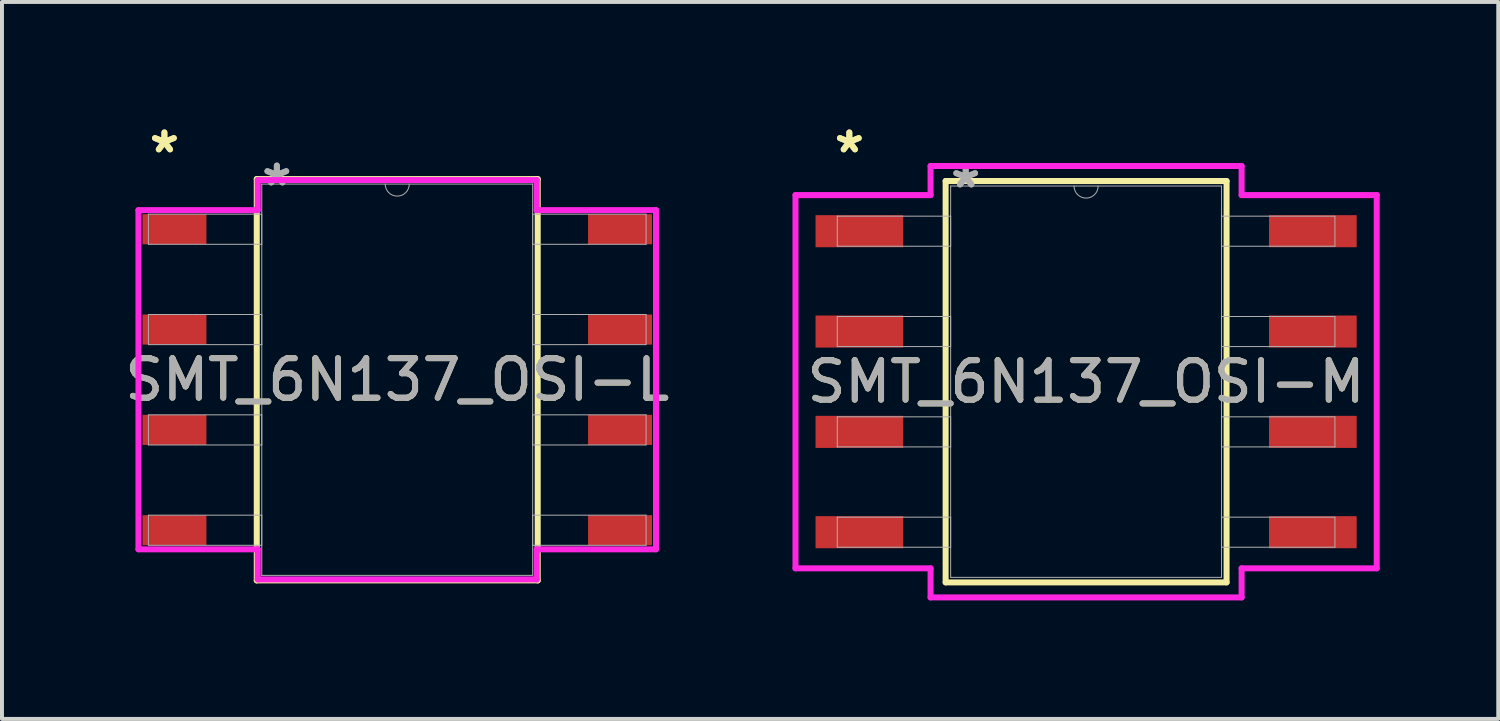
<source format=kicad_pcb>
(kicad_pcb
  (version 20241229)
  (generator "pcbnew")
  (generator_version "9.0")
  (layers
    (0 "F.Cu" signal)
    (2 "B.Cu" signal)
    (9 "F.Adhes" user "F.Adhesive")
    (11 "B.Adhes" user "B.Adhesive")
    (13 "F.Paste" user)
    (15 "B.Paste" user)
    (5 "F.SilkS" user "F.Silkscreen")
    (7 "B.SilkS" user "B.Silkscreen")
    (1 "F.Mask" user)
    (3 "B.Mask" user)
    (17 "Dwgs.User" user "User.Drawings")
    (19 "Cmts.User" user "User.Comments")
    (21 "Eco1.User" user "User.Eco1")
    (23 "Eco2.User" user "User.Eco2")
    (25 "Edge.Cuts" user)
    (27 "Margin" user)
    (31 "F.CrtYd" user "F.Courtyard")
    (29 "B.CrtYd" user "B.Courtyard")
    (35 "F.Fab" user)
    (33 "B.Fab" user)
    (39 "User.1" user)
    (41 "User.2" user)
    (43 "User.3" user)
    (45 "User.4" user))
  (footprint "SMT_6N137_OSI-M"
    (layer "F.Cu")
    (at 24.445 6.613)
    (property "Reference" "SMT_6N137_OSI-M" (at 0 0 0) (unlocked yes) (layer "F.SilkS") (effects (font (size 1 1) (thickness 0.15))))
    (attr smd)
    (fp_line (start -3.556 -5.08) (end -3.556 5.08) (stroke (width 0.152) (type solid)) (layer "F.SilkS"))
    (fp_line (start -3.556 5.08) (end 3.556 5.08) (stroke (width 0.152) (type solid)) (layer "F.SilkS"))
    (fp_line (start 3.556 -5.08) (end -3.556 -5.08) (stroke (width 0.152) (type solid)) (layer "F.SilkS"))
    (fp_line (start 3.556 5.08) (end 3.556 -5.08) (stroke (width 0.152) (type solid)) (layer "F.SilkS"))
    (fp_line (start -7.357 -4.724) (end -3.937 -4.724) (stroke (width 0.152) (type solid)) (layer "F.CrtYd"))
    (fp_line (start -7.357 4.724) (end -7.357 -4.724) (stroke (width 0.152) (type solid)) (layer "F.CrtYd"))
    (fp_line (start -7.357 4.724) (end -3.937 4.724) (stroke (width 0.152) (type solid)) (layer "F.CrtYd"))
    (fp_line (start -3.937 -5.461) (end 3.937 -5.461) (stroke (width 0.152) (type solid)) (layer "F.CrtYd"))
    (fp_line (start -3.937 -4.724) (end -3.937 -5.461) (stroke (width 0.152) (type solid)) (layer "F.CrtYd"))
    (fp_line (start -3.937 5.461) (end -3.937 4.724) (stroke (width 0.152) (type solid)) (layer "F.CrtYd"))
    (fp_line (start 3.937 -5.461) (end 3.937 -4.724) (stroke (width 0.152) (type solid)) (layer "F.CrtYd"))
    (fp_line (start 3.937 4.724) (end 3.937 5.461) (stroke (width 0.152) (type solid)) (layer "F.CrtYd"))
    (fp_line (start 3.937 5.461) (end -3.937 5.461) (stroke (width 0.152) (type solid)) (layer "F.CrtYd"))
    (fp_line (start 7.357 -4.724) (end 3.937 -4.724) (stroke (width 0.152) (type solid)) (layer "F.CrtYd"))
    (fp_line (start 7.357 -4.724) (end 7.357 4.724) (stroke (width 0.152) (type solid)) (layer "F.CrtYd"))
    (fp_line (start 7.357 4.724) (end 3.937 4.724) (stroke (width 0.152) (type solid)) (layer "F.CrtYd"))
    (fp_line (start -6.299 -4.191) (end -6.299 -3.429) (stroke (width 0.025) (type solid)) (layer "F.Fab"))
    (fp_line (start -6.299 -3.429) (end -3.429 -3.429) (stroke (width 0.025) (type solid)) (layer "F.Fab"))
    (fp_line (start -6.299 -1.651) (end -6.299 -0.889) (stroke (width 0.025) (type solid)) (layer "F.Fab"))
    (fp_line (start -6.299 -0.889) (end -3.429 -0.889) (stroke (width 0.025) (type solid)) (layer "F.Fab"))
    (fp_line (start -6.299 0.889) (end -6.299 1.651) (stroke (width 0.025) (type solid)) (layer "F.Fab"))
    (fp_line (start -6.299 1.651) (end -3.429 1.651) (stroke (width 0.025) (type solid)) (layer "F.Fab"))
    (fp_line (start -6.299 3.429) (end -6.299 4.191) (stroke (width 0.025) (type solid)) (layer "F.Fab"))
    (fp_line (start -6.299 4.191) (end -3.429 4.191) (stroke (width 0.025) (type solid)) (layer "F.Fab"))
    (fp_line (start -3.429 -4.953) (end -3.429 4.953) (stroke (width 0.025) (type solid)) (layer "F.Fab"))
    (fp_line (start -3.429 -4.191) (end -6.299 -4.191) (stroke (width 0.025) (type solid)) (layer "F.Fab"))
    (fp_line (start -3.429 -3.429) (end -3.429 -4.191) (stroke (width 0.025) (type solid)) (layer "F.Fab"))
    (fp_line (start -3.429 -1.651) (end -6.299 -1.651) (stroke (width 0.025) (type solid)) (layer "F.Fab"))
    (fp_line (start -3.429 -0.889) (end -3.429 -1.651) (stroke (width 0.025) (type solid)) (layer "F.Fab"))
    (fp_line (start -3.429 0.889) (end -6.299 0.889) (stroke (width 0.025) (type solid)) (layer "F.Fab"))
    (fp_line (start -3.429 1.651) (end -3.429 0.889) (stroke (width 0.025) (type solid)) (layer "F.Fab"))
    (fp_line (start -3.429 3.429) (end -6.299 3.429) (stroke (width 0.025) (type solid)) (layer "F.Fab"))
    (fp_line (start -3.429 4.191) (end -3.429 3.429) (stroke (width 0.025) (type solid)) (layer "F.Fab"))
    (fp_line (start -3.429 4.953) (end 3.429 4.953) (stroke (width 0.025) (type solid)) (layer "F.Fab"))
    (fp_line (start 3.429 -4.953) (end -3.429 -4.953) (stroke (width 0.025) (type solid)) (layer "F.Fab"))
    (fp_line (start 3.429 -4.191) (end 3.429 -3.429) (stroke (width 0.025) (type solid)) (layer "F.Fab"))
    (fp_line (start 3.429 -3.429) (end 6.299 -3.429) (stroke (width 0.025) (type solid)) (layer "F.Fab"))
    (fp_line (start 3.429 -1.651) (end 3.429 -0.889) (stroke (width 0.025) (type solid)) (layer "F.Fab"))
    (fp_line (start 3.429 -0.889) (end 6.299 -0.889) (stroke (width 0.025) (type solid)) (layer "F.Fab"))
    (fp_line (start 3.429 0.889) (end 3.429 1.651) (stroke (width 0.025) (type solid)) (layer "F.Fab"))
    (fp_line (start 3.429 1.651) (end 6.299 1.651) (stroke (width 0.025) (type solid)) (layer "F.Fab"))
    (fp_line (start 3.429 3.429) (end 3.429 4.191) (stroke (width 0.025) (type solid)) (layer "F.Fab"))
    (fp_line (start 3.429 4.191) (end 6.299 4.191) (stroke (width 0.025) (type solid)) (layer "F.Fab"))
    (fp_line (start 3.429 4.953) (end 3.429 -4.953) (stroke (width 0.025) (type solid)) (layer "F.Fab"))
    (fp_line (start 6.299 -4.191) (end 3.429 -4.191) (stroke (width 0.025) (type solid)) (layer "F.Fab"))
    (fp_line (start 6.299 -3.429) (end 6.299 -4.191) (stroke (width 0.025) (type solid)) (layer "F.Fab"))
    (fp_line (start 6.299 -1.651) (end 3.429 -1.651) (stroke (width 0.025) (type solid)) (layer "F.Fab"))
    (fp_line (start 6.299 -0.889) (end 6.299 -1.651) (stroke (width 0.025) (type solid)) (layer "F.Fab"))
    (fp_line (start 6.299 0.889) (end 3.429 0.889) (stroke (width 0.025) (type solid)) (layer "F.Fab"))
    (fp_line (start 6.299 1.651) (end 6.299 0.889) (stroke (width 0.025) (type solid)) (layer "F.Fab"))
    (fp_line (start 6.299 3.429) (end 3.429 3.429) (stroke (width 0.025) (type solid)) (layer "F.Fab"))
    (fp_line (start 6.299 4.191) (end 6.299 3.429) (stroke (width 0.025) (type solid)) (layer "F.Fab"))
    (fp_arc (start 0.3048 -4.953) (mid 0 -4.6482) (end -0.3048 -4.953) (stroke (width 0.0254) (type solid)) (layer "F.Fab"))
    (fp_text user "*" (at -5.994 -5.765 0) (layer "F.SilkS") (effects (font (size 1 1) (thickness 0.15))))
    (fp_text user "*" (at -5.994 -5.765 0) (unlocked yes) (layer "F.SilkS") (effects (font (size 1 1) (thickness 0.15))))
    (fp_text user "*" (at -3.048 -4.877 0) (unlocked yes) (layer "F.Fab") (effects (font (size 1 1) (thickness 0.15))))
    (fp_text user "*" (at -3.048 -4.877 0) (layer "F.Fab") (effects (font (size 1 1) (thickness 0.15))))
    (fp_text user "${REFERENCE}" (at 0 0 0) (unlocked yes) (layer "F.Fab") (effects (font (size 1 1) (thickness 0.15))))
    (pad "1" smd rect (at -5.74 -3.81) (size 2.219 0.812) (layers "F.Cu" "F.Mask" "F.Paste"))
    (pad "2" smd rect (at -5.74 -1.27) (size 2.219 0.812) (layers "F.Cu" "F.Mask" "F.Paste"))
    (pad "3" smd rect (at -5.74 1.27) (size 2.219 0.812) (layers "F.Cu" "F.Mask" "F.Paste"))
    (pad "4" smd rect (at -5.74 3.81) (size 2.219 0.812) (layers "F.Cu" "F.Mask" "F.Paste"))
    (pad "5" smd rect (at 5.74 3.81) (size 2.219 0.812) (layers "F.Cu" "F.Mask" "F.Paste"))
    (pad "6" smd rect (at 5.74 1.27) (size 2.219 0.812) (layers "F.Cu" "F.Mask" "F.Paste"))
    (pad "7" smd rect (at 5.74 -1.27) (size 2.219 0.812) (layers "F.Cu" "F.Mask" "F.Paste"))
    (pad "8" smd rect (at 5.74 -3.81) (size 2.219 0.812) (layers "F.Cu" "F.Mask" "F.Paste")))
  (footprint "SMT_6N137_OSI-L"
    (layer "F.Cu")
    (at 7.006 6.563)
    (property "Reference" "SMT_6N137_OSI-L" (at 0 0 0) (unlocked yes) (layer "F.SilkS") (effects (font (size 1 1) (thickness 0.15))))
    (attr smd)
    (fp_line (start -3.556 -5.08) (end -3.556 5.08) (stroke (width 0.152) (type solid)) (layer "F.SilkS"))
    (fp_line (start -3.556 5.08) (end 3.556 5.08) (stroke (width 0.152) (type solid)) (layer "F.SilkS"))
    (fp_line (start 3.556 -5.08) (end -3.556 -5.08) (stroke (width 0.152) (type solid)) (layer "F.SilkS"))
    (fp_line (start 3.556 5.08) (end 3.556 -5.08) (stroke (width 0.152) (type solid)) (layer "F.SilkS"))
    (fp_line (start -6.551 -4.293) (end -3.531 -4.293) (stroke (width 0.152) (type solid)) (layer "F.CrtYd"))
    (fp_line (start -6.551 4.293) (end -6.551 -4.293) (stroke (width 0.152) (type solid)) (layer "F.CrtYd"))
    (fp_line (start -6.551 4.293) (end -3.531 4.293) (stroke (width 0.152) (type solid)) (layer "F.CrtYd"))
    (fp_line (start -3.531 -5.055) (end 3.531 -5.055) (stroke (width 0.152) (type solid)) (layer "F.CrtYd"))
    (fp_line (start -3.531 -4.293) (end -3.531 -5.055) (stroke (width 0.152) (type solid)) (layer "F.CrtYd"))
    (fp_line (start -3.531 5.055) (end -3.531 4.293) (stroke (width 0.152) (type solid)) (layer "F.CrtYd"))
    (fp_line (start 3.531 -5.055) (end 3.531 -4.293) (stroke (width 0.152) (type solid)) (layer "F.CrtYd"))
    (fp_line (start 3.531 4.293) (end 3.531 5.055) (stroke (width 0.152) (type solid)) (layer "F.CrtYd"))
    (fp_line (start 3.531 5.055) (end -3.531 5.055) (stroke (width 0.152) (type solid)) (layer "F.CrtYd"))
    (fp_line (start 6.551 -4.293) (end 3.531 -4.293) (stroke (width 0.152) (type solid)) (layer "F.CrtYd"))
    (fp_line (start 6.551 -4.293) (end 6.551 4.293) (stroke (width 0.152) (type solid)) (layer "F.CrtYd"))
    (fp_line (start 6.551 4.293) (end 3.531 4.293) (stroke (width 0.152) (type solid)) (layer "F.CrtYd"))
    (fp_line (start -6.299 -4.191) (end -6.299 -3.429) (stroke (width 0.025) (type solid)) (layer "F.Fab"))
    (fp_line (start -6.299 -3.429) (end -3.429 -3.429) (stroke (width 0.025) (type solid)) (layer "F.Fab"))
    (fp_line (start -6.299 -1.651) (end -6.299 -0.889) (stroke (width 0.025) (type solid)) (layer "F.Fab"))
    (fp_line (start -6.299 -0.889) (end -3.429 -0.889) (stroke (width 0.025) (type solid)) (layer "F.Fab"))
    (fp_line (start -6.299 0.889) (end -6.299 1.651) (stroke (width 0.025) (type solid)) (layer "F.Fab"))
    (fp_line (start -6.299 1.651) (end -3.429 1.651) (stroke (width 0.025) (type solid)) (layer "F.Fab"))
    (fp_line (start -6.299 3.429) (end -6.299 4.191) (stroke (width 0.025) (type solid)) (layer "F.Fab"))
    (fp_line (start -6.299 4.191) (end -3.429 4.191) (stroke (width 0.025) (type solid)) (layer "F.Fab"))
    (fp_line (start -3.429 -4.953) (end -3.429 4.953) (stroke (width 0.025) (type solid)) (layer "F.Fab"))
    (fp_line (start -3.429 -4.191) (end -6.299 -4.191) (stroke (width 0.025) (type solid)) (layer "F.Fab"))
    (fp_line (start -3.429 -3.429) (end -3.429 -4.191) (stroke (width 0.025) (type solid)) (layer "F.Fab"))
    (fp_line (start -3.429 -1.651) (end -6.299 -1.651) (stroke (width 0.025) (type solid)) (layer "F.Fab"))
    (fp_line (start -3.429 -0.889) (end -3.429 -1.651) (stroke (width 0.025) (type solid)) (layer "F.Fab"))
    (fp_line (start -3.429 0.889) (end -6.299 0.889) (stroke (width 0.025) (type solid)) (layer "F.Fab"))
    (fp_line (start -3.429 1.651) (end -3.429 0.889) (stroke (width 0.025) (type solid)) (layer "F.Fab"))
    (fp_line (start -3.429 3.429) (end -6.299 3.429) (stroke (width 0.025) (type solid)) (layer "F.Fab"))
    (fp_line (start -3.429 4.191) (end -3.429 3.429) (stroke (width 0.025) (type solid)) (layer "F.Fab"))
    (fp_line (start -3.429 4.953) (end 3.429 4.953) (stroke (width 0.025) (type solid)) (layer "F.Fab"))
    (fp_line (start 3.429 -4.953) (end -3.429 -4.953) (stroke (width 0.025) (type solid)) (layer "F.Fab"))
    (fp_line (start 3.429 -4.191) (end 3.429 -3.429) (stroke (width 0.025) (type solid)) (layer "F.Fab"))
    (fp_line (start 3.429 -3.429) (end 6.299 -3.429) (stroke (width 0.025) (type solid)) (layer "F.Fab"))
    (fp_line (start 3.429 -1.651) (end 3.429 -0.889) (stroke (width 0.025) (type solid)) (layer "F.Fab"))
    (fp_line (start 3.429 -0.889) (end 6.299 -0.889) (stroke (width 0.025) (type solid)) (layer "F.Fab"))
    (fp_line (start 3.429 0.889) (end 3.429 1.651) (stroke (width 0.025) (type solid)) (layer "F.Fab"))
    (fp_line (start 3.429 1.651) (end 6.299 1.651) (stroke (width 0.025) (type solid)) (layer "F.Fab"))
    (fp_line (start 3.429 3.429) (end 3.429 4.191) (stroke (width 0.025) (type solid)) (layer "F.Fab"))
    (fp_line (start 3.429 4.191) (end 6.299 4.191) (stroke (width 0.025) (type solid)) (layer "F.Fab"))
    (fp_line (start 3.429 4.953) (end 3.429 -4.953) (stroke (width 0.025) (type solid)) (layer "F.Fab"))
    (fp_line (start 6.299 -4.191) (end 3.429 -4.191) (stroke (width 0.025) (type solid)) (layer "F.Fab"))
    (fp_line (start 6.299 -3.429) (end 6.299 -4.191) (stroke (width 0.025) (type solid)) (layer "F.Fab"))
    (fp_line (start 6.299 -1.651) (end 3.429 -1.651) (stroke (width 0.025) (type solid)) (layer "F.Fab"))
    (fp_line (start 6.299 -0.889) (end 6.299 -1.651) (stroke (width 0.025) (type solid)) (layer "F.Fab"))
    (fp_line (start 6.299 0.889) (end 3.429 0.889) (stroke (width 0.025) (type solid)) (layer "F.Fab"))
    (fp_line (start 6.299 1.651) (end 6.299 0.889) (stroke (width 0.025) (type solid)) (layer "F.Fab"))
    (fp_line (start 6.299 3.429) (end 3.429 3.429) (stroke (width 0.025) (type solid)) (layer "F.Fab"))
    (fp_line (start 6.299 4.191) (end 6.299 3.429) (stroke (width 0.025) (type solid)) (layer "F.Fab"))
    (fp_arc (start 0.3048 -4.953) (mid 0 -4.6482) (end -0.3048 -4.953) (stroke (width 0.0254) (type solid)) (layer "F.Fab"))
    (fp_text user "*" (at -5.894 -5.715 0) (unlocked yes) (layer "F.SilkS") (effects (font (size 1 1) (thickness 0.15))))
    (fp_text user "*" (at -5.894 -5.715 0) (layer "F.SilkS") (effects (font (size 1 1) (thickness 0.15))))
    (fp_text user "${REFERENCE}" (at 0 0 0) (unlocked yes) (layer "F.Fab") (effects (font (size 1 1) (thickness 0.15))))
    (fp_text user "*" (at -3.048 -4.877 0) (layer "F.Fab") (effects (font (size 1 1) (thickness 0.15))))
    (fp_text user "*" (at -3.048 -4.877 0) (unlocked yes) (layer "F.Fab") (effects (font (size 1 1) (thickness 0.15))))
    (pad "1" smd rect (at -5.64 -3.81) (size 1.619 0.762) (layers "F.Cu" "F.Mask" "F.Paste"))
    (pad "2" smd rect (at -5.64 -1.27) (size 1.619 0.762) (layers "F.Cu" "F.Mask" "F.Paste"))
    (pad "3" smd rect (at -5.64 1.27) (size 1.619 0.762) (layers "F.Cu" "F.Mask" "F.Paste"))
    (pad "4" smd rect (at -5.64 3.81) (size 1.619 0.762) (layers "F.Cu" "F.Mask" "F.Paste"))
    (pad "5" smd rect (at 5.64 3.81) (size 1.619 0.762) (layers "F.Cu" "F.Mask" "F.Paste"))
    (pad "6" smd rect (at 5.64 1.27) (size 1.619 0.762) (layers "F.Cu" "F.Mask" "F.Paste"))
    (pad "7" smd rect (at 5.64 -1.27) (size 1.619 0.762) (layers "F.Cu" "F.Mask" "F.Paste"))
    (pad "8" smd rect (at 5.64 -3.81) (size 1.619 0.762) (layers "F.Cu" "F.Mask" "F.Paste")))
  (gr_rect
    (start -3 -3)
    (end 34.879 15.15)
    (stroke (width 0.1) (type default))
    (fill no)
    (layer "Edge.Cuts")))
</source>
